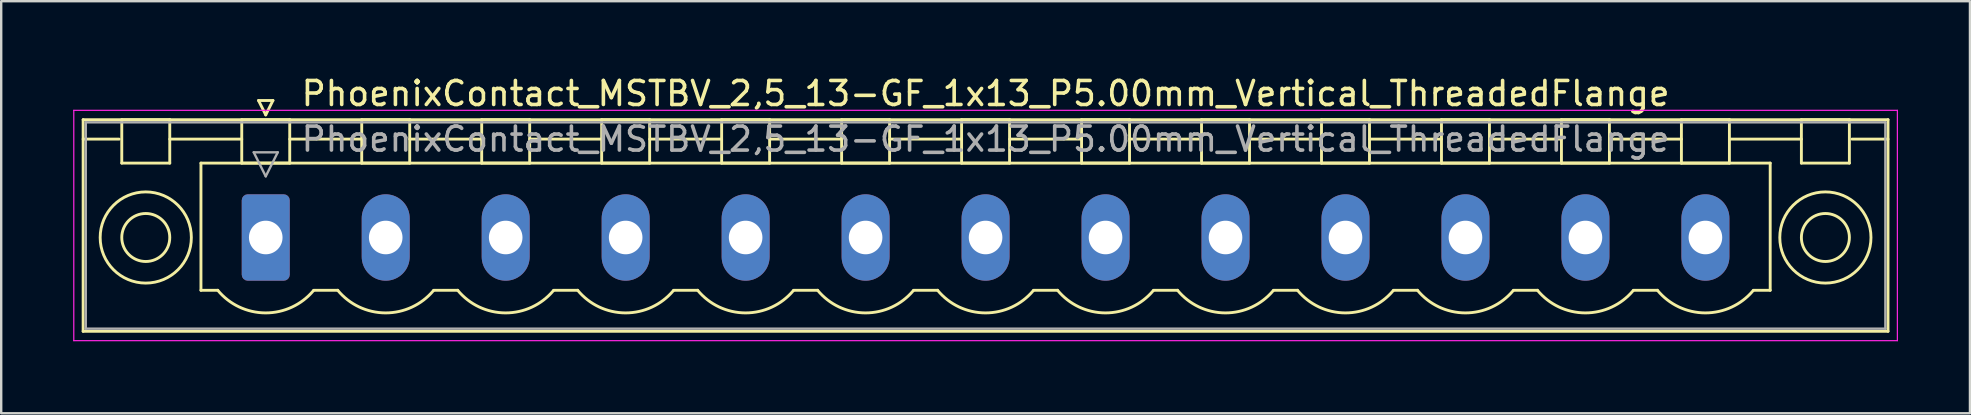
<source format=kicad_pcb>
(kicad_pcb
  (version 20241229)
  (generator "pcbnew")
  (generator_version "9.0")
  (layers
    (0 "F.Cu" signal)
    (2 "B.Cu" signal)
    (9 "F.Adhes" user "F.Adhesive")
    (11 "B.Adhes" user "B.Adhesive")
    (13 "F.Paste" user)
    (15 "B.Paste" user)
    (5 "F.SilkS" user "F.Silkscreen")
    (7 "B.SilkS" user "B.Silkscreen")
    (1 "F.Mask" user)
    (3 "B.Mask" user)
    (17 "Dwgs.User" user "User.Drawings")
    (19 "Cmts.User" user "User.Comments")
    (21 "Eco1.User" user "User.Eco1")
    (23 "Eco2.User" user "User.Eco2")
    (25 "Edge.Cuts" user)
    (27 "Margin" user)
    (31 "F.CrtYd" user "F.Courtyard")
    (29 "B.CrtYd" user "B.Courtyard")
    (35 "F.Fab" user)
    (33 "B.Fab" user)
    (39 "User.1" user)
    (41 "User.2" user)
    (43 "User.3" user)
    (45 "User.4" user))
  (footprint "PhoenixContact_MSTBV_2,5_13-GF_1x13_P5.00mm_Vertical_ThreadedFlange"
    (layer "F.Cu")
    (at 8.025 6.848)
    (property "Reference" "PhoenixContact_MSTBV_2,5_13-GF_1x13_P5.00mm_Vertical_ThreadedFlange" (at 30 -6 0) (layer "F.SilkS") (effects (font (size 1 1) (thickness 0.15))))
    (attr through_hole)
    (fp_line (start -7.61 -4.91) (end -7.61 3.91) (stroke (width 0.12) (type solid)) (layer "F.SilkS"))
    (fp_line (start -7.61 -4.1) (end -6.11 -4.1) (stroke (width 0.12) (type solid)) (layer "F.SilkS"))
    (fp_line (start -7.61 3.91) (end 67.61 3.91) (stroke (width 0.12) (type solid)) (layer "F.SilkS"))
    (fp_line (start -6 -4.91) (end -4 -4.91) (stroke (width 0.12) (type solid)) (layer "F.SilkS"))
    (fp_line (start -6 -3.1) (end -6 -4.91) (stroke (width 0.12) (type solid)) (layer "F.SilkS"))
    (fp_line (start -4 -4.91) (end -4 -3.1) (stroke (width 0.12) (type solid)) (layer "F.SilkS"))
    (fp_line (start -4 -4.1) (end -1 -4.1) (stroke (width 0.12) (type solid)) (layer "F.SilkS"))
    (fp_line (start -4 -3.1) (end -6 -3.1) (stroke (width 0.12) (type solid)) (layer "F.SilkS"))
    (fp_line (start -2.7 -3.1) (end 62.7 -3.1) (stroke (width 0.12) (type solid)) (layer "F.SilkS"))
    (fp_line (start -2.7 2.2) (end -2.7 -3.1) (stroke (width 0.12) (type solid)) (layer "F.SilkS"))
    (fp_line (start -2 2.2) (end -2.7 2.2) (stroke (width 0.12) (type solid)) (layer "F.SilkS"))
    (fp_line (start -1 -4.91) (end 1 -4.91) (stroke (width 0.12) (type solid)) (layer "F.SilkS"))
    (fp_line (start -1 -3.1) (end -1 -4.91) (stroke (width 0.12) (type solid)) (layer "F.SilkS"))
    (fp_line (start -0.3 -5.71) (end 0.3 -5.71) (stroke (width 0.12) (type solid)) (layer "F.SilkS"))
    (fp_line (start 0 -5.11) (end -0.3 -5.71) (stroke (width 0.12) (type solid)) (layer "F.SilkS"))
    (fp_line (start 0.3 -5.71) (end 0 -5.11) (stroke (width 0.12) (type solid)) (layer "F.SilkS"))
    (fp_line (start 1 -4.91) (end 1 -3.1) (stroke (width 0.12) (type solid)) (layer "F.SilkS"))
    (fp_line (start 1 -4.1) (end 4 -4.1) (stroke (width 0.12) (type solid)) (layer "F.SilkS"))
    (fp_line (start 1 -3.1) (end -1 -3.1) (stroke (width 0.12) (type solid)) (layer "F.SilkS"))
    (fp_line (start 2 2.2) (end 3 2.2) (stroke (width 0.12) (type solid)) (layer "F.SilkS"))
    (fp_line (start 4 -4.91) (end 6 -4.91) (stroke (width 0.12) (type solid)) (layer "F.SilkS"))
    (fp_line (start 4 -3.1) (end 4 -4.91) (stroke (width 0.12) (type solid)) (layer "F.SilkS"))
    (fp_line (start 6 -4.91) (end 6 -3.1) (stroke (width 0.12) (type solid)) (layer "F.SilkS"))
    (fp_line (start 6 -4.1) (end 9 -4.1) (stroke (width 0.12) (type solid)) (layer "F.SilkS"))
    (fp_line (start 6 -3.1) (end 4 -3.1) (stroke (width 0.12) (type solid)) (layer "F.SilkS"))
    (fp_line (start 7 2.2) (end 8 2.2) (stroke (width 0.12) (type solid)) (layer "F.SilkS"))
    (fp_line (start 9 -4.91) (end 11 -4.91) (stroke (width 0.12) (type solid)) (layer "F.SilkS"))
    (fp_line (start 9 -3.1) (end 9 -4.91) (stroke (width 0.12) (type solid)) (layer "F.SilkS"))
    (fp_line (start 11 -4.91) (end 11 -3.1) (stroke (width 0.12) (type solid)) (layer "F.SilkS"))
    (fp_line (start 11 -4.1) (end 14 -4.1) (stroke (width 0.12) (type solid)) (layer "F.SilkS"))
    (fp_line (start 11 -3.1) (end 9 -3.1) (stroke (width 0.12) (type solid)) (layer "F.SilkS"))
    (fp_line (start 12 2.2) (end 13 2.2) (stroke (width 0.12) (type solid)) (layer "F.SilkS"))
    (fp_line (start 14 -4.91) (end 16 -4.91) (stroke (width 0.12) (type solid)) (layer "F.SilkS"))
    (fp_line (start 14 -3.1) (end 14 -4.91) (stroke (width 0.12) (type solid)) (layer "F.SilkS"))
    (fp_line (start 16 -4.91) (end 16 -3.1) (stroke (width 0.12) (type solid)) (layer "F.SilkS"))
    (fp_line (start 16 -4.1) (end 19 -4.1) (stroke (width 0.12) (type solid)) (layer "F.SilkS"))
    (fp_line (start 16 -3.1) (end 14 -3.1) (stroke (width 0.12) (type solid)) (layer "F.SilkS"))
    (fp_line (start 17 2.2) (end 18 2.2) (stroke (width 0.12) (type solid)) (layer "F.SilkS"))
    (fp_line (start 19 -4.91) (end 21 -4.91) (stroke (width 0.12) (type solid)) (layer "F.SilkS"))
    (fp_line (start 19 -3.1) (end 19 -4.91) (stroke (width 0.12) (type solid)) (layer "F.SilkS"))
    (fp_line (start 21 -4.91) (end 21 -3.1) (stroke (width 0.12) (type solid)) (layer "F.SilkS"))
    (fp_line (start 21 -4.1) (end 24 -4.1) (stroke (width 0.12) (type solid)) (layer "F.SilkS"))
    (fp_line (start 21 -3.1) (end 19 -3.1) (stroke (width 0.12) (type solid)) (layer "F.SilkS"))
    (fp_line (start 22 2.2) (end 23 2.2) (stroke (width 0.12) (type solid)) (layer "F.SilkS"))
    (fp_line (start 24 -4.91) (end 26 -4.91) (stroke (width 0.12) (type solid)) (layer "F.SilkS"))
    (fp_line (start 24 -3.1) (end 24 -4.91) (stroke (width 0.12) (type solid)) (layer "F.SilkS"))
    (fp_line (start 26 -4.91) (end 26 -3.1) (stroke (width 0.12) (type solid)) (layer "F.SilkS"))
    (fp_line (start 26 -4.1) (end 29 -4.1) (stroke (width 0.12) (type solid)) (layer "F.SilkS"))
    (fp_line (start 26 -3.1) (end 24 -3.1) (stroke (width 0.12) (type solid)) (layer "F.SilkS"))
    (fp_line (start 27 2.2) (end 28 2.2) (stroke (width 0.12) (type solid)) (layer "F.SilkS"))
    (fp_line (start 29 -4.91) (end 31 -4.91) (stroke (width 0.12) (type solid)) (layer "F.SilkS"))
    (fp_line (start 29 -3.1) (end 29 -4.91) (stroke (width 0.12) (type solid)) (layer "F.SilkS"))
    (fp_line (start 31 -4.91) (end 31 -3.1) (stroke (width 0.12) (type solid)) (layer "F.SilkS"))
    (fp_line (start 31 -4.1) (end 34 -4.1) (stroke (width 0.12) (type solid)) (layer "F.SilkS"))
    (fp_line (start 31 -3.1) (end 29 -3.1) (stroke (width 0.12) (type solid)) (layer "F.SilkS"))
    (fp_line (start 32 2.2) (end 33 2.2) (stroke (width 0.12) (type solid)) (layer "F.SilkS"))
    (fp_line (start 34 -4.91) (end 36 -4.91) (stroke (width 0.12) (type solid)) (layer "F.SilkS"))
    (fp_line (start 34 -3.1) (end 34 -4.91) (stroke (width 0.12) (type solid)) (layer "F.SilkS"))
    (fp_line (start 36 -4.91) (end 36 -3.1) (stroke (width 0.12) (type solid)) (layer "F.SilkS"))
    (fp_line (start 36 -4.1) (end 39 -4.1) (stroke (width 0.12) (type solid)) (layer "F.SilkS"))
    (fp_line (start 36 -3.1) (end 34 -3.1) (stroke (width 0.12) (type solid)) (layer "F.SilkS"))
    (fp_line (start 37 2.2) (end 38 2.2) (stroke (width 0.12) (type solid)) (layer "F.SilkS"))
    (fp_line (start 39 -4.91) (end 41 -4.91) (stroke (width 0.12) (type solid)) (layer "F.SilkS"))
    (fp_line (start 39 -3.1) (end 39 -4.91) (stroke (width 0.12) (type solid)) (layer "F.SilkS"))
    (fp_line (start 41 -4.91) (end 41 -3.1) (stroke (width 0.12) (type solid)) (layer "F.SilkS"))
    (fp_line (start 41 -4.1) (end 44 -4.1) (stroke (width 0.12) (type solid)) (layer "F.SilkS"))
    (fp_line (start 41 -3.1) (end 39 -3.1) (stroke (width 0.12) (type solid)) (layer "F.SilkS"))
    (fp_line (start 42 2.2) (end 43 2.2) (stroke (width 0.12) (type solid)) (layer "F.SilkS"))
    (fp_line (start 44 -4.91) (end 46 -4.91) (stroke (width 0.12) (type solid)) (layer "F.SilkS"))
    (fp_line (start 44 -3.1) (end 44 -4.91) (stroke (width 0.12) (type solid)) (layer "F.SilkS"))
    (fp_line (start 46 -4.91) (end 46 -3.1) (stroke (width 0.12) (type solid)) (layer "F.SilkS"))
    (fp_line (start 46 -4.1) (end 49 -4.1) (stroke (width 0.12) (type solid)) (layer "F.SilkS"))
    (fp_line (start 46 -3.1) (end 44 -3.1) (stroke (width 0.12) (type solid)) (layer "F.SilkS"))
    (fp_line (start 47 2.2) (end 48 2.2) (stroke (width 0.12) (type solid)) (layer "F.SilkS"))
    (fp_line (start 49 -4.91) (end 51 -4.91) (stroke (width 0.12) (type solid)) (layer "F.SilkS"))
    (fp_line (start 49 -3.1) (end 49 -4.91) (stroke (width 0.12) (type solid)) (layer "F.SilkS"))
    (fp_line (start 51 -4.91) (end 51 -3.1) (stroke (width 0.12) (type solid)) (layer "F.SilkS"))
    (fp_line (start 51 -4.1) (end 54 -4.1) (stroke (width 0.12) (type solid)) (layer "F.SilkS"))
    (fp_line (start 51 -3.1) (end 49 -3.1) (stroke (width 0.12) (type solid)) (layer "F.SilkS"))
    (fp_line (start 52 2.2) (end 53 2.2) (stroke (width 0.12) (type solid)) (layer "F.SilkS"))
    (fp_line (start 54 -4.91) (end 56 -4.91) (stroke (width 0.12) (type solid)) (layer "F.SilkS"))
    (fp_line (start 54 -3.1) (end 54 -4.91) (stroke (width 0.12) (type solid)) (layer "F.SilkS"))
    (fp_line (start 56 -4.91) (end 56 -3.1) (stroke (width 0.12) (type solid)) (layer "F.SilkS"))
    (fp_line (start 56 -4.1) (end 59 -4.1) (stroke (width 0.12) (type solid)) (layer "F.SilkS"))
    (fp_line (start 56 -3.1) (end 54 -3.1) (stroke (width 0.12) (type solid)) (layer "F.SilkS"))
    (fp_line (start 57 2.2) (end 58 2.2) (stroke (width 0.12) (type solid)) (layer "F.SilkS"))
    (fp_line (start 59 -4.91) (end 61 -4.91) (stroke (width 0.12) (type solid)) (layer "F.SilkS"))
    (fp_line (start 59 -3.1) (end 59 -4.91) (stroke (width 0.12) (type solid)) (layer "F.SilkS"))
    (fp_line (start 61 -4.91) (end 61 -3.1) (stroke (width 0.12) (type solid)) (layer "F.SilkS"))
    (fp_line (start 61 -4.1) (end 64 -4.1) (stroke (width 0.12) (type solid)) (layer "F.SilkS"))
    (fp_line (start 61 -3.1) (end 59 -3.1) (stroke (width 0.12) (type solid)) (layer "F.SilkS"))
    (fp_line (start 62.7 -3.1) (end 62.7 2.2) (stroke (width 0.12) (type solid)) (layer "F.SilkS"))
    (fp_line (start 62.7 2.2) (end 62 2.2) (stroke (width 0.12) (type solid)) (layer "F.SilkS"))
    (fp_line (start 64 -4.91) (end 66 -4.91) (stroke (width 0.12) (type solid)) (layer "F.SilkS"))
    (fp_line (start 64 -3.1) (end 64 -4.91) (stroke (width 0.12) (type solid)) (layer "F.SilkS"))
    (fp_line (start 66 -4.91) (end 66 -3.1) (stroke (width 0.12) (type solid)) (layer "F.SilkS"))
    (fp_line (start 66 -3.1) (end 64 -3.1) (stroke (width 0.12) (type solid)) (layer "F.SilkS"))
    (fp_line (start 67.61 -4.91) (end -7.61 -4.91) (stroke (width 0.12) (type solid)) (layer "F.SilkS"))
    (fp_line (start 67.61 -4.1) (end 66.11 -4.1) (stroke (width 0.12) (type solid)) (layer "F.SilkS"))
    (fp_line (start 67.61 3.91) (end 67.61 -4.91) (stroke (width 0.12) (type solid)) (layer "F.SilkS"))
    (fp_arc (start 1.986842 2.215821) (mid -0.010289 3.142758) (end -2 2.2) (stroke (width 0.12) (type solid)) (layer "F.SilkS"))
    (fp_arc (start 6.986842 2.215821) (mid 4.989711 3.142758) (end 3 2.2) (stroke (width 0.12) (type solid)) (layer "F.SilkS"))
    (fp_arc (start 11.986842 2.215821) (mid 9.989711 3.142758) (end 8 2.2) (stroke (width 0.12) (type solid)) (layer "F.SilkS"))
    (fp_arc (start 16.986842 2.215821) (mid 14.989711 3.142758) (end 13 2.2) (stroke (width 0.12) (type solid)) (layer "F.SilkS"))
    (fp_arc (start 21.986842 2.215821) (mid 19.989711 3.142758) (end 18 2.2) (stroke (width 0.12) (type solid)) (layer "F.SilkS"))
    (fp_arc (start 26.986842 2.215821) (mid 24.989711 3.142758) (end 23 2.2) (stroke (width 0.12) (type solid)) (layer "F.SilkS"))
    (fp_arc (start 31.986842 2.215821) (mid 29.989711 3.142758) (end 28 2.2) (stroke (width 0.12) (type solid)) (layer "F.SilkS"))
    (fp_arc (start 36.986842 2.215821) (mid 34.989711 3.142758) (end 33 2.2) (stroke (width 0.12) (type solid)) (layer "F.SilkS"))
    (fp_arc (start 41.986842 2.215821) (mid 39.989711 3.142758) (end 38 2.2) (stroke (width 0.12) (type solid)) (layer "F.SilkS"))
    (fp_arc (start 46.986842 2.215821) (mid 44.989711 3.142758) (end 43 2.2) (stroke (width 0.12) (type solid)) (layer "F.SilkS"))
    (fp_arc (start 51.986842 2.215821) (mid 49.989711 3.142758) (end 48 2.2) (stroke (width 0.12) (type solid)) (layer "F.SilkS"))
    (fp_arc (start 56.986842 2.215821) (mid 54.989711 3.142758) (end 53 2.2) (stroke (width 0.12) (type solid)) (layer "F.SilkS"))
    (fp_arc (start 61.986842 2.215821) (mid 59.989711 3.142758) (end 58 2.2) (stroke (width 0.12) (type solid)) (layer "F.SilkS"))
    (fp_circle (center -5 0) (end -4 0) (stroke (width 0.12) (type solid)) (fill no) (layer "F.SilkS"))
    (fp_circle (center -5 0) (end -3.1 0) (stroke (width 0.12) (type solid)) (fill no) (layer "F.SilkS"))
    (fp_circle (center 65 0) (end 66 0) (stroke (width 0.12) (type solid)) (fill no) (layer "F.SilkS"))
    (fp_circle (center 65 0) (end 66.9 0) (stroke (width 0.12) (type solid)) (fill no) (layer "F.SilkS"))
    (fp_line (start -8 -5.3) (end -8 4.3) (stroke (width 0.05) (type solid)) (layer "F.CrtYd"))
    (fp_line (start -8 4.3) (end 68 4.3) (stroke (width 0.05) (type solid)) (layer "F.CrtYd"))
    (fp_line (start 68 -5.3) (end -8 -5.3) (stroke (width 0.05) (type solid)) (layer "F.CrtYd"))
    (fp_line (start 68 4.3) (end 68 -5.3) (stroke (width 0.05) (type solid)) (layer "F.CrtYd"))
    (fp_line (start -7.5 -4.8) (end -7.5 3.8) (stroke (width 0.1) (type solid)) (layer "F.Fab"))
    (fp_line (start -7.5 3.8) (end 67.5 3.8) (stroke (width 0.1) (type solid)) (layer "F.Fab"))
    (fp_line (start -0.5 -3.55) (end 0.5 -3.55) (stroke (width 0.1) (type solid)) (layer "F.Fab"))
    (fp_line (start 0 -2.55) (end -0.5 -3.55) (stroke (width 0.1) (type solid)) (layer "F.Fab"))
    (fp_line (start 0.5 -3.55) (end 0 -2.55) (stroke (width 0.1) (type solid)) (layer "F.Fab"))
    (fp_line (start 67.5 -4.8) (end -7.5 -4.8) (stroke (width 0.1) (type solid)) (layer "F.Fab"))
    (fp_line (start 67.5 3.8) (end 67.5 -4.8) (stroke (width 0.1) (type solid)) (layer "F.Fab"))
    (fp_text user "${REFERENCE}" (at 30 -4.1 0) (layer "F.Fab") (effects (font (size 1 1) (thickness 0.15))))
    (pad "1" thru_hole roundrect (at 0 0) (size 2 3.6) (drill 1.4) (layers "*.Cu" "*.Mask") (roundrect_rratio 0.125))
    (pad "2" thru_hole oval (at 5 0) (size 2 3.6) (drill 1.4) (layers "*.Cu" "*.Mask"))
    (pad "3" thru_hole oval (at 10 0) (size 2 3.6) (drill 1.4) (layers "*.Cu" "*.Mask"))
    (pad "4" thru_hole oval (at 15 0) (size 2 3.6) (drill 1.4) (layers "*.Cu" "*.Mask"))
    (pad "5" thru_hole oval (at 20 0) (size 2 3.6) (drill 1.4) (layers "*.Cu" "*.Mask"))
    (pad "6" thru_hole oval (at 25 0) (size 2 3.6) (drill 1.4) (layers "*.Cu" "*.Mask"))
    (pad "7" thru_hole oval (at 30 0) (size 2 3.6) (drill 1.4) (layers "*.Cu" "*.Mask"))
    (pad "8" thru_hole oval (at 35 0) (size 2 3.6) (drill 1.4) (layers "*.Cu" "*.Mask"))
    (pad "9" thru_hole oval (at 40 0) (size 2 3.6) (drill 1.4) (layers "*.Cu" "*.Mask"))
    (pad "10" thru_hole oval (at 45 0) (size 2 3.6) (drill 1.4) (layers "*.Cu" "*.Mask"))
    (pad "11" thru_hole oval (at 50 0) (size 2 3.6) (drill 1.4) (layers "*.Cu" "*.Mask"))
    (pad "12" thru_hole oval (at 55 0) (size 2 3.6) (drill 1.4) (layers "*.Cu" "*.Mask"))
    (pad "13" thru_hole oval (at 60 0) (size 2 3.6) (drill 1.4) (layers "*.Cu" "*.Mask")))
  (gr_rect
    (start -3 -3)
    (end 79.05 14.173)
    (stroke (width 0.1) (type default))
    (fill no)
    (layer "Edge.Cuts")))
</source>
